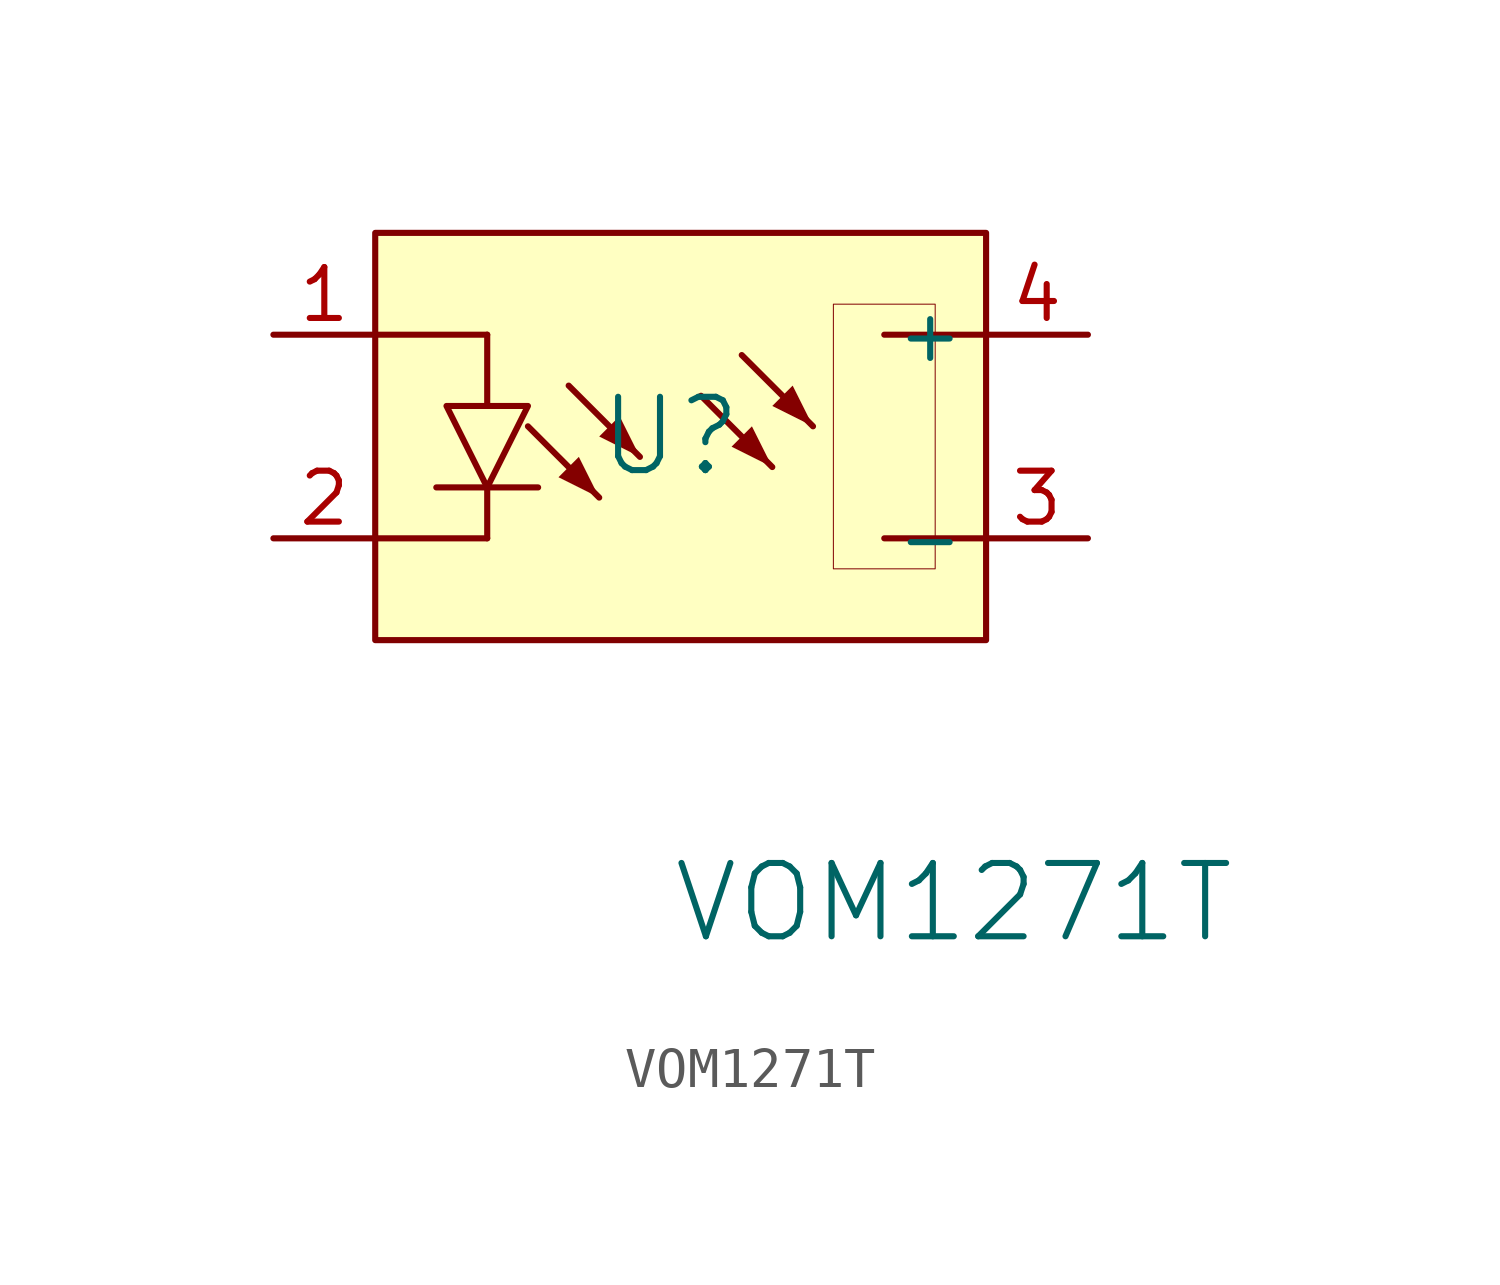
<source format=kicad_sym>
(kicad_symbol_lib
  (version 20241209)
  (generator "kicad_symbol_editor")
  (generator_version "9.0")
  (symbol "VOM1271T"
    (property "Reference" "U"
      (at -0.254 0 0)
      (effects (font (size 1.829 1.829))))
    (property "Value" "VOM1271T"
      (at -0.254 -12.7 0)
      (effects (font (size 1.829 1.829)) (justify left bottom)))
    (symbol "VOM1271T_1_0"
      (polyline (pts (xy -7.62 2.54) (xy -4.826 2.54)) (stroke (width 0) (type solid)) (fill (type none)))
      (polyline (pts (xy -7.62 -2.54) (xy -4.826 -2.54)) (stroke (width 0) (type solid)) (fill (type none)))
      (polyline (pts (xy -6.096 -1.27) (xy -3.556 -1.27)) (stroke (width 0) (type solid)) (fill (type none)))
      (polyline (pts (xy -5.842 0.762) (xy -3.81 0.762) (xy -4.826 -1.27) (xy -5.842 0.762)) (stroke (width 0) (type solid)) (fill (type none)))
      (polyline (pts (xy -4.826 0.762) (xy -4.826 2.54)) (stroke (width 0) (type solid)) (fill (type none)))
      (polyline (pts (xy -4.826 -2.54) (xy -4.826 -1.27)) (stroke (width 0) (type solid)) (fill (type none)))
      (polyline (pts (xy -3.81 0.254) (xy -2.032 -1.524)) (stroke (width 0) (type solid)) (fill (type none)))
      (polyline (pts (xy -2.794 1.27) (xy -1.016 -0.508)) (stroke (width 0) (type solid)) (fill (type none)))
      (polyline (pts (xy -2.032 -1.524) (xy -2.54 -0.508) (xy -3.048 -1.016) (xy -2.032 -1.524)) (stroke (width -0.0001) (type solid)) (fill (type outline)))
      (polyline (pts (xy -1.016 -0.508) (xy -1.524 0.508) (xy -2.032 0) (xy -1.016 -0.508)) (stroke (width -0.0001) (type solid)) (fill (type outline)))
      (polyline (pts (xy 0.508 1.016) (xy 2.286 -0.762)) (stroke (width 0) (type solid)) (fill (type none)))
      (polyline (pts (xy 1.524 2.032) (xy 3.302 0.254)) (stroke (width 0) (type solid)) (fill (type none)))
      (polyline (pts (xy 2.286 -0.762) (xy 1.778 0.254) (xy 1.27 -0.254) (xy 2.286 -0.762)) (stroke (width -0.0001) (type solid)) (fill (type outline)))
      (polyline (pts (xy 3.302 0.254) (xy 2.794 1.27) (xy 2.286 0.762) (xy 3.302 0.254)) (stroke (width -0.0001) (type solid)) (fill (type outline)))
      (rectangle (start 6.35 3.302) (end 3.81 -3.302) (stroke (width 0.025) (type solid) (color 128 0 0 1)) (fill (type color) (color 0 0 255 0.5)))
      (rectangle (start 7.62 5.08) (end -7.62 -5.08) (stroke (width 0) (type solid) (color 128 0 0 1)) (fill (type background)))
      (polyline (pts (xy 7.62 2.54) (xy 5.08 2.54)) (stroke (width 0) (type solid)) (fill (type none)))
      (polyline (pts (xy 7.62 -2.54) (xy 5.08 -2.54)) (stroke (width 0) (type solid)) (fill (type none)))
      (pin passive line (at -10.16 2.54 0) (length 2.54) (name "A" (effects (font (size 0 0)))) (number "1" (effects (font (size 1.27 1.27)))))
      (pin passive line (at -10.16 -2.54 0) (length 2.54) (name "K" (effects (font (size 0 0)))) (number "2" (effects (font (size 1.27 1.27)))))
      (pin passive line (at 10.16 2.54 180) (length 2.54) (name "+" (effects (font (size 1.27 1.27)))) (number "4" (effects (font (size 1.27 1.27)))))
      (pin passive line (at 10.16 -2.54 180) (length 2.54) (name "-" (effects (font (size 1.27 1.27)))) (number "3" (effects (font (size 1.27 1.27))))))))
</source>
